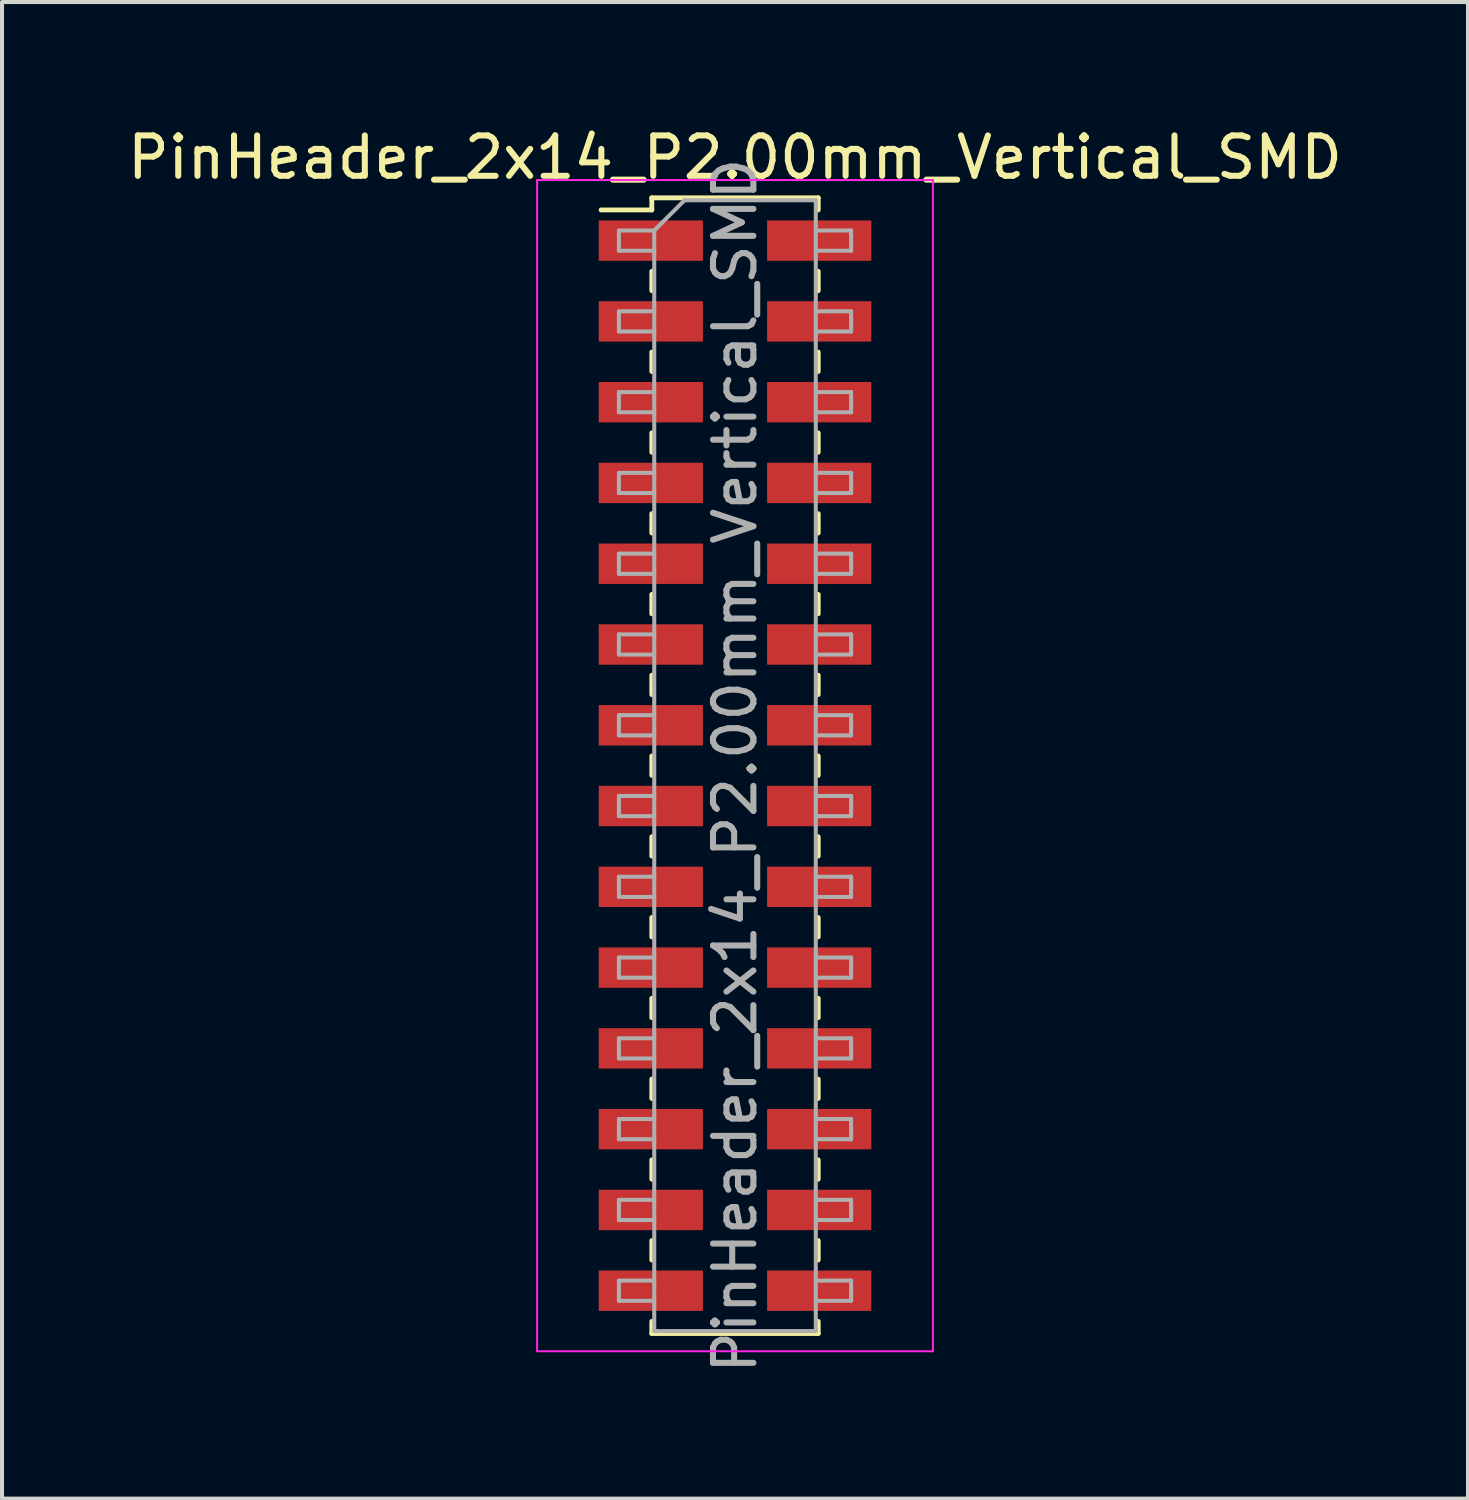
<source format=kicad_pcb>
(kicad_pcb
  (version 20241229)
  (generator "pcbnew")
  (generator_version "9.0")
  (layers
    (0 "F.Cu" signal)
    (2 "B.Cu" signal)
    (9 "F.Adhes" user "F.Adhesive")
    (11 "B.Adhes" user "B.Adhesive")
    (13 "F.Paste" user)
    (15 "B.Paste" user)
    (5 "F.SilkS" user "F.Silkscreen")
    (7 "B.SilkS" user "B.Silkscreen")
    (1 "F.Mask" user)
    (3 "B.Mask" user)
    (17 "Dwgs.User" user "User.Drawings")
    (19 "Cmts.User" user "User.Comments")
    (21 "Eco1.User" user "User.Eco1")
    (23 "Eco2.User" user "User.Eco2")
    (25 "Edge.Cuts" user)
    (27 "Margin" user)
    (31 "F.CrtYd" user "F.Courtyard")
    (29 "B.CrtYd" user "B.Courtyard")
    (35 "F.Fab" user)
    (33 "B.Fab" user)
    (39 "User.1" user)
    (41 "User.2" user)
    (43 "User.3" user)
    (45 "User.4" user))
  (footprint "PinHeader_2x14_P2.00mm_Vertical_SMD"
    (layer "F.Cu")
    (at 15.149 15.908)
    (property "Reference" "PinHeader_2x14_P2.00mm_Vertical_SMD" (at 0 -15.06 0) (layer "F.SilkS") (effects (font (size 1 1) (thickness 0.15))))
    (attr smd)
    (fp_line (start -3.315 -13.76) (end -2.06 -13.76) (stroke (width 0.12) (type solid)) (layer "F.SilkS"))
    (fp_line (start -2.06 -14.06) (end -2.06 -13.76) (stroke (width 0.12) (type solid)) (layer "F.SilkS"))
    (fp_line (start -2.06 -14.06) (end 2.06 -14.06) (stroke (width 0.12) (type solid)) (layer "F.SilkS"))
    (fp_line (start -2.06 -12.24) (end -2.06 -11.76) (stroke (width 0.12) (type solid)) (layer "F.SilkS"))
    (fp_line (start -2.06 -10.24) (end -2.06 -9.76) (stroke (width 0.12) (type solid)) (layer "F.SilkS"))
    (fp_line (start -2.06 -8.24) (end -2.06 -7.76) (stroke (width 0.12) (type solid)) (layer "F.SilkS"))
    (fp_line (start -2.06 -6.24) (end -2.06 -5.76) (stroke (width 0.12) (type solid)) (layer "F.SilkS"))
    (fp_line (start -2.06 -4.24) (end -2.06 -3.76) (stroke (width 0.12) (type solid)) (layer "F.SilkS"))
    (fp_line (start -2.06 -2.24) (end -2.06 -1.76) (stroke (width 0.12) (type solid)) (layer "F.SilkS"))
    (fp_line (start -2.06 -0.24) (end -2.06 0.24) (stroke (width 0.12) (type solid)) (layer "F.SilkS"))
    (fp_line (start -2.06 1.76) (end -2.06 2.24) (stroke (width 0.12) (type solid)) (layer "F.SilkS"))
    (fp_line (start -2.06 3.76) (end -2.06 4.24) (stroke (width 0.12) (type solid)) (layer "F.SilkS"))
    (fp_line (start -2.06 5.76) (end -2.06 6.24) (stroke (width 0.12) (type solid)) (layer "F.SilkS"))
    (fp_line (start -2.06 7.76) (end -2.06 8.24) (stroke (width 0.12) (type solid)) (layer "F.SilkS"))
    (fp_line (start -2.06 9.76) (end -2.06 10.24) (stroke (width 0.12) (type solid)) (layer "F.SilkS"))
    (fp_line (start -2.06 11.76) (end -2.06 12.24) (stroke (width 0.12) (type solid)) (layer "F.SilkS"))
    (fp_line (start -2.06 13.76) (end -2.06 14.06) (stroke (width 0.12) (type solid)) (layer "F.SilkS"))
    (fp_line (start -2.06 14.06) (end 2.06 14.06) (stroke (width 0.12) (type solid)) (layer "F.SilkS"))
    (fp_line (start 2.06 -14.06) (end 2.06 -13.76) (stroke (width 0.12) (type solid)) (layer "F.SilkS"))
    (fp_line (start 2.06 -12.24) (end 2.06 -11.76) (stroke (width 0.12) (type solid)) (layer "F.SilkS"))
    (fp_line (start 2.06 -10.24) (end 2.06 -9.76) (stroke (width 0.12) (type solid)) (layer "F.SilkS"))
    (fp_line (start 2.06 -8.24) (end 2.06 -7.76) (stroke (width 0.12) (type solid)) (layer "F.SilkS"))
    (fp_line (start 2.06 -6.24) (end 2.06 -5.76) (stroke (width 0.12) (type solid)) (layer "F.SilkS"))
    (fp_line (start 2.06 -4.24) (end 2.06 -3.76) (stroke (width 0.12) (type solid)) (layer "F.SilkS"))
    (fp_line (start 2.06 -2.24) (end 2.06 -1.76) (stroke (width 0.12) (type solid)) (layer "F.SilkS"))
    (fp_line (start 2.06 -0.24) (end 2.06 0.24) (stroke (width 0.12) (type solid)) (layer "F.SilkS"))
    (fp_line (start 2.06 1.76) (end 2.06 2.24) (stroke (width 0.12) (type solid)) (layer "F.SilkS"))
    (fp_line (start 2.06 3.76) (end 2.06 4.24) (stroke (width 0.12) (type solid)) (layer "F.SilkS"))
    (fp_line (start 2.06 5.76) (end 2.06 6.24) (stroke (width 0.12) (type solid)) (layer "F.SilkS"))
    (fp_line (start 2.06 7.76) (end 2.06 8.24) (stroke (width 0.12) (type solid)) (layer "F.SilkS"))
    (fp_line (start 2.06 9.76) (end 2.06 10.24) (stroke (width 0.12) (type solid)) (layer "F.SilkS"))
    (fp_line (start 2.06 11.76) (end 2.06 12.24) (stroke (width 0.12) (type solid)) (layer "F.SilkS"))
    (fp_line (start 2.06 13.76) (end 2.06 14.06) (stroke (width 0.12) (type solid)) (layer "F.SilkS"))
    (fp_line (start -4.9 -14.5) (end -4.9 14.5) (stroke (width 0.05) (type solid)) (layer "F.CrtYd"))
    (fp_line (start -4.9 14.5) (end 4.9 14.5) (stroke (width 0.05) (type solid)) (layer "F.CrtYd"))
    (fp_line (start 4.9 -14.5) (end -4.9 -14.5) (stroke (width 0.05) (type solid)) (layer "F.CrtYd"))
    (fp_line (start 4.9 14.5) (end 4.9 -14.5) (stroke (width 0.05) (type solid)) (layer "F.CrtYd"))
    (fp_line (start -2.875 -13.25) (end -2.875 -12.75) (stroke (width 0.1) (type solid)) (layer "F.Fab"))
    (fp_line (start -2.875 -12.75) (end -2 -12.75) (stroke (width 0.1) (type solid)) (layer "F.Fab"))
    (fp_line (start -2.875 -11.25) (end -2.875 -10.75) (stroke (width 0.1) (type solid)) (layer "F.Fab"))
    (fp_line (start -2.875 -10.75) (end -2 -10.75) (stroke (width 0.1) (type solid)) (layer "F.Fab"))
    (fp_line (start -2.875 -9.25) (end -2.875 -8.75) (stroke (width 0.1) (type solid)) (layer "F.Fab"))
    (fp_line (start -2.875 -8.75) (end -2 -8.75) (stroke (width 0.1) (type solid)) (layer "F.Fab"))
    (fp_line (start -2.875 -7.25) (end -2.875 -6.75) (stroke (width 0.1) (type solid)) (layer "F.Fab"))
    (fp_line (start -2.875 -6.75) (end -2 -6.75) (stroke (width 0.1) (type solid)) (layer "F.Fab"))
    (fp_line (start -2.875 -5.25) (end -2.875 -4.75) (stroke (width 0.1) (type solid)) (layer "F.Fab"))
    (fp_line (start -2.875 -4.75) (end -2 -4.75) (stroke (width 0.1) (type solid)) (layer "F.Fab"))
    (fp_line (start -2.875 -3.25) (end -2.875 -2.75) (stroke (width 0.1) (type solid)) (layer "F.Fab"))
    (fp_line (start -2.875 -2.75) (end -2 -2.75) (stroke (width 0.1) (type solid)) (layer "F.Fab"))
    (fp_line (start -2.875 -1.25) (end -2.875 -0.75) (stroke (width 0.1) (type solid)) (layer "F.Fab"))
    (fp_line (start -2.875 -0.75) (end -2 -0.75) (stroke (width 0.1) (type solid)) (layer "F.Fab"))
    (fp_line (start -2.875 0.75) (end -2.875 1.25) (stroke (width 0.1) (type solid)) (layer "F.Fab"))
    (fp_line (start -2.875 1.25) (end -2 1.25) (stroke (width 0.1) (type solid)) (layer "F.Fab"))
    (fp_line (start -2.875 2.75) (end -2.875 3.25) (stroke (width 0.1) (type solid)) (layer "F.Fab"))
    (fp_line (start -2.875 3.25) (end -2 3.25) (stroke (width 0.1) (type solid)) (layer "F.Fab"))
    (fp_line (start -2.875 4.75) (end -2.875 5.25) (stroke (width 0.1) (type solid)) (layer "F.Fab"))
    (fp_line (start -2.875 5.25) (end -2 5.25) (stroke (width 0.1) (type solid)) (layer "F.Fab"))
    (fp_line (start -2.875 6.75) (end -2.875 7.25) (stroke (width 0.1) (type solid)) (layer "F.Fab"))
    (fp_line (start -2.875 7.25) (end -2 7.25) (stroke (width 0.1) (type solid)) (layer "F.Fab"))
    (fp_line (start -2.875 8.75) (end -2.875 9.25) (stroke (width 0.1) (type solid)) (layer "F.Fab"))
    (fp_line (start -2.875 9.25) (end -2 9.25) (stroke (width 0.1) (type solid)) (layer "F.Fab"))
    (fp_line (start -2.875 10.75) (end -2.875 11.25) (stroke (width 0.1) (type solid)) (layer "F.Fab"))
    (fp_line (start -2.875 11.25) (end -2 11.25) (stroke (width 0.1) (type solid)) (layer "F.Fab"))
    (fp_line (start -2.875 12.75) (end -2.875 13.25) (stroke (width 0.1) (type solid)) (layer "F.Fab"))
    (fp_line (start -2.875 13.25) (end -2 13.25) (stroke (width 0.1) (type solid)) (layer "F.Fab"))
    (fp_line (start -2 -13.25) (end -2.875 -13.25) (stroke (width 0.1) (type solid)) (layer "F.Fab"))
    (fp_line (start -2 -13.25) (end -1.25 -14) (stroke (width 0.1) (type solid)) (layer "F.Fab"))
    (fp_line (start -2 -11.25) (end -2.875 -11.25) (stroke (width 0.1) (type solid)) (layer "F.Fab"))
    (fp_line (start -2 -9.25) (end -2.875 -9.25) (stroke (width 0.1) (type solid)) (layer "F.Fab"))
    (fp_line (start -2 -7.25) (end -2.875 -7.25) (stroke (width 0.1) (type solid)) (layer "F.Fab"))
    (fp_line (start -2 -5.25) (end -2.875 -5.25) (stroke (width 0.1) (type solid)) (layer "F.Fab"))
    (fp_line (start -2 -3.25) (end -2.875 -3.25) (stroke (width 0.1) (type solid)) (layer "F.Fab"))
    (fp_line (start -2 -1.25) (end -2.875 -1.25) (stroke (width 0.1) (type solid)) (layer "F.Fab"))
    (fp_line (start -2 0.75) (end -2.875 0.75) (stroke (width 0.1) (type solid)) (layer "F.Fab"))
    (fp_line (start -2 2.75) (end -2.875 2.75) (stroke (width 0.1) (type solid)) (layer "F.Fab"))
    (fp_line (start -2 4.75) (end -2.875 4.75) (stroke (width 0.1) (type solid)) (layer "F.Fab"))
    (fp_line (start -2 6.75) (end -2.875 6.75) (stroke (width 0.1) (type solid)) (layer "F.Fab"))
    (fp_line (start -2 8.75) (end -2.875 8.75) (stroke (width 0.1) (type solid)) (layer "F.Fab"))
    (fp_line (start -2 10.75) (end -2.875 10.75) (stroke (width 0.1) (type solid)) (layer "F.Fab"))
    (fp_line (start -2 12.75) (end -2.875 12.75) (stroke (width 0.1) (type solid)) (layer "F.Fab"))
    (fp_line (start -2 14) (end -2 -13.25) (stroke (width 0.1) (type solid)) (layer "F.Fab"))
    (fp_line (start -1.25 -14) (end 2 -14) (stroke (width 0.1) (type solid)) (layer "F.Fab"))
    (fp_line (start 2 -14) (end 2 14) (stroke (width 0.1) (type solid)) (layer "F.Fab"))
    (fp_line (start 2 -13.25) (end 2.875 -13.25) (stroke (width 0.1) (type solid)) (layer "F.Fab"))
    (fp_line (start 2 -11.25) (end 2.875 -11.25) (stroke (width 0.1) (type solid)) (layer "F.Fab"))
    (fp_line (start 2 -9.25) (end 2.875 -9.25) (stroke (width 0.1) (type solid)) (layer "F.Fab"))
    (fp_line (start 2 -7.25) (end 2.875 -7.25) (stroke (width 0.1) (type solid)) (layer "F.Fab"))
    (fp_line (start 2 -5.25) (end 2.875 -5.25) (stroke (width 0.1) (type solid)) (layer "F.Fab"))
    (fp_line (start 2 -3.25) (end 2.875 -3.25) (stroke (width 0.1) (type solid)) (layer "F.Fab"))
    (fp_line (start 2 -1.25) (end 2.875 -1.25) (stroke (width 0.1) (type solid)) (layer "F.Fab"))
    (fp_line (start 2 0.75) (end 2.875 0.75) (stroke (width 0.1) (type solid)) (layer "F.Fab"))
    (fp_line (start 2 2.75) (end 2.875 2.75) (stroke (width 0.1) (type solid)) (layer "F.Fab"))
    (fp_line (start 2 4.75) (end 2.875 4.75) (stroke (width 0.1) (type solid)) (layer "F.Fab"))
    (fp_line (start 2 6.75) (end 2.875 6.75) (stroke (width 0.1) (type solid)) (layer "F.Fab"))
    (fp_line (start 2 8.75) (end 2.875 8.75) (stroke (width 0.1) (type solid)) (layer "F.Fab"))
    (fp_line (start 2 10.75) (end 2.875 10.75) (stroke (width 0.1) (type solid)) (layer "F.Fab"))
    (fp_line (start 2 12.75) (end 2.875 12.75) (stroke (width 0.1) (type solid)) (layer "F.Fab"))
    (fp_line (start 2 14) (end -2 14) (stroke (width 0.1) (type solid)) (layer "F.Fab"))
    (fp_line (start 2.875 -13.25) (end 2.875 -12.75) (stroke (width 0.1) (type solid)) (layer "F.Fab"))
    (fp_line (start 2.875 -12.75) (end 2 -12.75) (stroke (width 0.1) (type solid)) (layer "F.Fab"))
    (fp_line (start 2.875 -11.25) (end 2.875 -10.75) (stroke (width 0.1) (type solid)) (layer "F.Fab"))
    (fp_line (start 2.875 -10.75) (end 2 -10.75) (stroke (width 0.1) (type solid)) (layer "F.Fab"))
    (fp_line (start 2.875 -9.25) (end 2.875 -8.75) (stroke (width 0.1) (type solid)) (layer "F.Fab"))
    (fp_line (start 2.875 -8.75) (end 2 -8.75) (stroke (width 0.1) (type solid)) (layer "F.Fab"))
    (fp_line (start 2.875 -7.25) (end 2.875 -6.75) (stroke (width 0.1) (type solid)) (layer "F.Fab"))
    (fp_line (start 2.875 -6.75) (end 2 -6.75) (stroke (width 0.1) (type solid)) (layer "F.Fab"))
    (fp_line (start 2.875 -5.25) (end 2.875 -4.75) (stroke (width 0.1) (type solid)) (layer "F.Fab"))
    (fp_line (start 2.875 -4.75) (end 2 -4.75) (stroke (width 0.1) (type solid)) (layer "F.Fab"))
    (fp_line (start 2.875 -3.25) (end 2.875 -2.75) (stroke (width 0.1) (type solid)) (layer "F.Fab"))
    (fp_line (start 2.875 -2.75) (end 2 -2.75) (stroke (width 0.1) (type solid)) (layer "F.Fab"))
    (fp_line (start 2.875 -1.25) (end 2.875 -0.75) (stroke (width 0.1) (type solid)) (layer "F.Fab"))
    (fp_line (start 2.875 -0.75) (end 2 -0.75) (stroke (width 0.1) (type solid)) (layer "F.Fab"))
    (fp_line (start 2.875 0.75) (end 2.875 1.25) (stroke (width 0.1) (type solid)) (layer "F.Fab"))
    (fp_line (start 2.875 1.25) (end 2 1.25) (stroke (width 0.1) (type solid)) (layer "F.Fab"))
    (fp_line (start 2.875 2.75) (end 2.875 3.25) (stroke (width 0.1) (type solid)) (layer "F.Fab"))
    (fp_line (start 2.875 3.25) (end 2 3.25) (stroke (width 0.1) (type solid)) (layer "F.Fab"))
    (fp_line (start 2.875 4.75) (end 2.875 5.25) (stroke (width 0.1) (type solid)) (layer "F.Fab"))
    (fp_line (start 2.875 5.25) (end 2 5.25) (stroke (width 0.1) (type solid)) (layer "F.Fab"))
    (fp_line (start 2.875 6.75) (end 2.875 7.25) (stroke (width 0.1) (type solid)) (layer "F.Fab"))
    (fp_line (start 2.875 7.25) (end 2 7.25) (stroke (width 0.1) (type solid)) (layer "F.Fab"))
    (fp_line (start 2.875 8.75) (end 2.875 9.25) (stroke (width 0.1) (type solid)) (layer "F.Fab"))
    (fp_line (start 2.875 9.25) (end 2 9.25) (stroke (width 0.1) (type solid)) (layer "F.Fab"))
    (fp_line (start 2.875 10.75) (end 2.875 11.25) (stroke (width 0.1) (type solid)) (layer "F.Fab"))
    (fp_line (start 2.875 11.25) (end 2 11.25) (stroke (width 0.1) (type solid)) (layer "F.Fab"))
    (fp_line (start 2.875 12.75) (end 2.875 13.25) (stroke (width 0.1) (type solid)) (layer "F.Fab"))
    (fp_line (start 2.875 13.25) (end 2 13.25) (stroke (width 0.1) (type solid)) (layer "F.Fab"))
    (fp_text user "${REFERENCE}" (at 0 0 90) (layer "F.Fab") (effects (font (size 1 1) (thickness 0.15))))
    (pad "1" smd rect (at -2.085 -13) (size 2.58 1) (layers "F.Cu" "F.Mask" "F.Paste"))
    (pad "2" smd rect (at 2.085 -13) (size 2.58 1) (layers "F.Cu" "F.Mask" "F.Paste"))
    (pad "3" smd rect (at -2.085 -11) (size 2.58 1) (layers "F.Cu" "F.Mask" "F.Paste"))
    (pad "4" smd rect (at 2.085 -11) (size 2.58 1) (layers "F.Cu" "F.Mask" "F.Paste"))
    (pad "5" smd rect (at -2.085 -9) (size 2.58 1) (layers "F.Cu" "F.Mask" "F.Paste"))
    (pad "6" smd rect (at 2.085 -9) (size 2.58 1) (layers "F.Cu" "F.Mask" "F.Paste"))
    (pad "7" smd rect (at -2.085 -7) (size 2.58 1) (layers "F.Cu" "F.Mask" "F.Paste"))
    (pad "8" smd rect (at 2.085 -7) (size 2.58 1) (layers "F.Cu" "F.Mask" "F.Paste"))
    (pad "9" smd rect (at -2.085 -5) (size 2.58 1) (layers "F.Cu" "F.Mask" "F.Paste"))
    (pad "10" smd rect (at 2.085 -5) (size 2.58 1) (layers "F.Cu" "F.Mask" "F.Paste"))
    (pad "11" smd rect (at -2.085 -3) (size 2.58 1) (layers "F.Cu" "F.Mask" "F.Paste"))
    (pad "12" smd rect (at 2.085 -3) (size 2.58 1) (layers "F.Cu" "F.Mask" "F.Paste"))
    (pad "13" smd rect (at -2.085 -1) (size 2.58 1) (layers "F.Cu" "F.Mask" "F.Paste"))
    (pad "14" smd rect (at 2.085 -1) (size 2.58 1) (layers "F.Cu" "F.Mask" "F.Paste"))
    (pad "15" smd rect (at -2.085 1) (size 2.58 1) (layers "F.Cu" "F.Mask" "F.Paste"))
    (pad "16" smd rect (at 2.085 1) (size 2.58 1) (layers "F.Cu" "F.Mask" "F.Paste"))
    (pad "17" smd rect (at -2.085 3) (size 2.58 1) (layers "F.Cu" "F.Mask" "F.Paste"))
    (pad "18" smd rect (at 2.085 3) (size 2.58 1) (layers "F.Cu" "F.Mask" "F.Paste"))
    (pad "19" smd rect (at -2.085 5) (size 2.58 1) (layers "F.Cu" "F.Mask" "F.Paste"))
    (pad "20" smd rect (at 2.085 5) (size 2.58 1) (layers "F.Cu" "F.Mask" "F.Paste"))
    (pad "21" smd rect (at -2.085 7) (size 2.58 1) (layers "F.Cu" "F.Mask" "F.Paste"))
    (pad "22" smd rect (at 2.085 7) (size 2.58 1) (layers "F.Cu" "F.Mask" "F.Paste"))
    (pad "23" smd rect (at -2.085 9) (size 2.58 1) (layers "F.Cu" "F.Mask" "F.Paste"))
    (pad "24" smd rect (at 2.085 9) (size 2.58 1) (layers "F.Cu" "F.Mask" "F.Paste"))
    (pad "25" smd rect (at -2.085 11) (size 2.58 1) (layers "F.Cu" "F.Mask" "F.Paste"))
    (pad "26" smd rect (at 2.085 11) (size 2.58 1) (layers "F.Cu" "F.Mask" "F.Paste"))
    (pad "27" smd rect (at -2.085 13) (size 2.58 1) (layers "F.Cu" "F.Mask" "F.Paste"))
    (pad "28" smd rect (at 2.085 13) (size 2.58 1) (layers "F.Cu" "F.Mask" "F.Paste")))
  (gr_rect
    (start -3 -3)
    (end 33.298 34.057)
    (stroke (width 0.1) (type default))
    (fill no)
    (layer "Edge.Cuts")))
</source>
